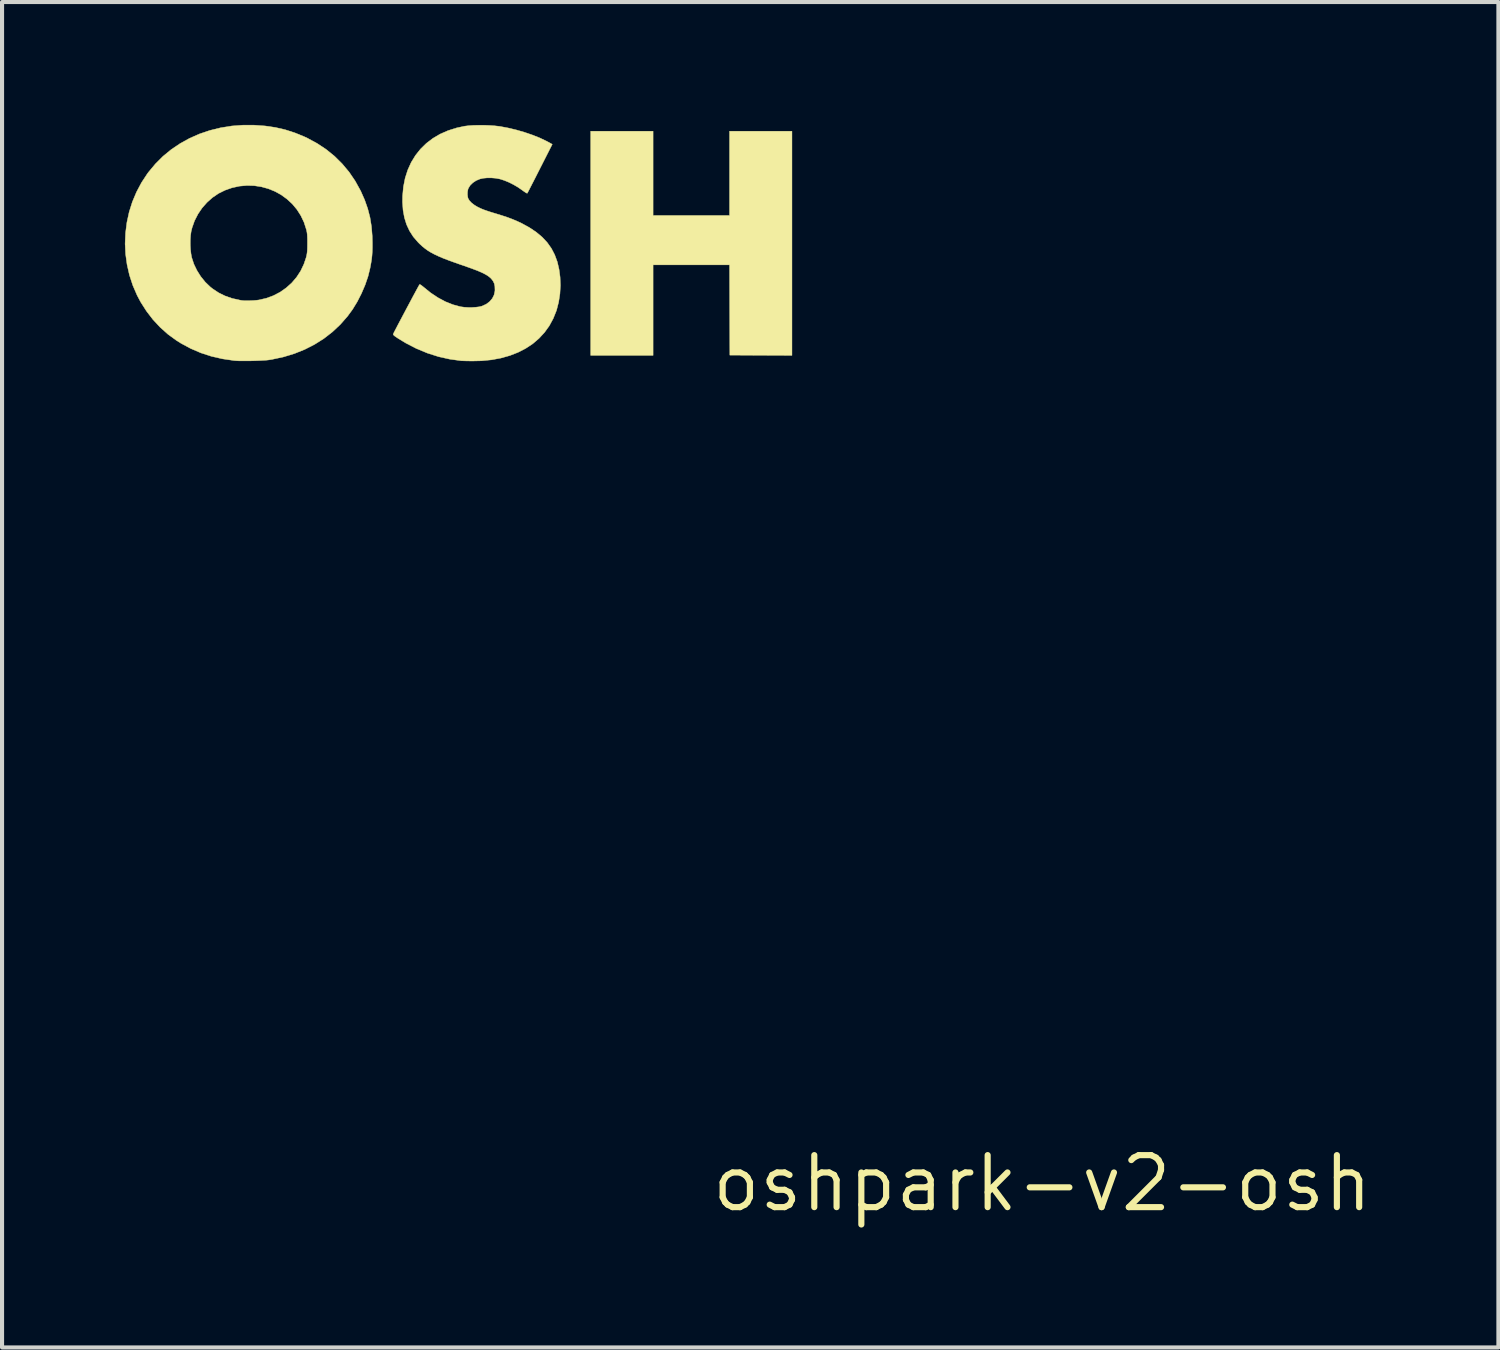
<source format=kicad_pcb>
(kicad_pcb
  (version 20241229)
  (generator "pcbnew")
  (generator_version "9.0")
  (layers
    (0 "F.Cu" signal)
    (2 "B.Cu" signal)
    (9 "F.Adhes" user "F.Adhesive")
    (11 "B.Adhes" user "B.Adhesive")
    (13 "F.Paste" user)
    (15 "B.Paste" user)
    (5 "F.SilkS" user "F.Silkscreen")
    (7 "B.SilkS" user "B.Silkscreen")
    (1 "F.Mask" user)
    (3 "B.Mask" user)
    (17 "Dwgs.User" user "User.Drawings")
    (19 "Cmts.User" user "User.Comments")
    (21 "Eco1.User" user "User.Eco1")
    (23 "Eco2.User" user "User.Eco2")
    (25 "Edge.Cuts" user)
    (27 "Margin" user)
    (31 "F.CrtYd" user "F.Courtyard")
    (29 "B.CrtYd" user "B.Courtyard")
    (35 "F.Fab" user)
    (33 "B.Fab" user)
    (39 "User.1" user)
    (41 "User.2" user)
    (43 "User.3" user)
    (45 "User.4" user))
  (footprint "oshpark-v2-osh"
    (layer "F.Cu")
    (at 22.397 25.846)
    (property "Reference" "oshpark-v2-osh" (at 0 0 0) (layer "F.SilkS") (effects (font (size 1.27 1.27) (thickness 0.15))))
    (attr through_hole)
    (fp_poly (pts (xy -9.5 -23.635) (xy -7.633 -23.635) (xy -7.633 -25.692) (xy -6.109 -25.692) (xy -6.109 -20.218) (xy -6.868 -20.221) (xy -7.626 -20.225) (xy -7.63 -21.326) (xy -7.633 -22.428) (xy -9.5 -22.428) (xy -9.5 -20.218) (xy -11.024 -20.218) (xy -11.024 -25.692) (xy -9.5 -25.692) (xy -9.5 -23.635)) (stroke (width 0.01) (type solid)) (fill yes) (layer "F.SilkS"))
    (fp_poly (pts (xy -19.242 -25.84) (xy -18.975 -25.821) (xy -18.722 -25.784) (xy -18.48 -25.728) (xy -18.245 -25.652) (xy -18.011 -25.556) (xy -17.939 -25.522) (xy -17.7 -25.392) (xy -17.479 -25.245) (xy -17.275 -25.079) (xy -17.09 -24.895) (xy -16.922 -24.694) (xy -16.774 -24.476) (xy -16.644 -24.241) (xy -16.636 -24.225) (xy -16.542 -24.012) (xy -16.468 -23.801) (xy -16.413 -23.588) (xy -16.377 -23.367) (xy -16.358 -23.134) (xy -16.354 -22.968) (xy -16.354 -22.85) (xy -16.357 -22.75) (xy -16.363 -22.66) (xy -16.372 -22.573) (xy -16.386 -22.483) (xy -16.405 -22.38) (xy -16.41 -22.352) (xy -16.46 -22.148) (xy -16.531 -21.94) (xy -16.62 -21.732) (xy -16.723 -21.53) (xy -16.839 -21.34) (xy -16.963 -21.171) (xy -17.139 -20.971) (xy -17.332 -20.79) (xy -17.541 -20.628) (xy -17.766 -20.486) (xy -18.005 -20.364) (xy -18.258 -20.262) (xy -18.523 -20.181) (xy -18.802 -20.121) (xy -18.875 -20.109) (xy -18.934 -20.102) (xy -19.014 -20.097) (xy -19.108 -20.092) (xy -19.212 -20.088) (xy -19.321 -20.085) (xy -19.428 -20.084) (xy -19.53 -20.084) (xy -19.62 -20.085) (xy -19.693 -20.089) (xy -19.729 -20.092) (xy -20.015 -20.134) (xy -20.286 -20.196) (xy -20.544 -20.28) (xy -20.791 -20.386) (xy -21.027 -20.513) (xy -21.14 -20.584) (xy -21.346 -20.734) (xy -21.537 -20.905) (xy -21.713 -21.094) (xy -21.871 -21.3) (xy -22.012 -21.521) (xy -22.099 -21.685) (xy -22.204 -21.928) (xy -22.286 -22.178) (xy -22.344 -22.433) (xy -22.38 -22.691) (xy -22.391 -22.924) (xy -20.801 -22.924) (xy -20.795 -22.808) (xy -20.783 -22.7) (xy -20.766 -22.607) (xy -20.765 -22.606) (xy -20.713 -22.447) (xy -20.638 -22.292) (xy -20.545 -22.144) (xy -20.435 -22.008) (xy -20.312 -21.89) (xy -20.258 -21.847) (xy -20.109 -21.748) (xy -19.951 -21.67) (xy -19.779 -21.61) (xy -19.591 -21.568) (xy -19.545 -21.56) (xy -19.493 -21.555) (xy -19.423 -21.554) (xy -19.344 -21.555) (xy -19.264 -21.558) (xy -19.189 -21.564) (xy -19.132 -21.571) (xy -18.947 -21.613) (xy -18.772 -21.677) (xy -18.609 -21.762) (xy -18.459 -21.867) (xy -18.324 -21.988) (xy -18.206 -22.126) (xy -18.106 -22.279) (xy -18.027 -22.445) (xy -17.973 -22.604) (xy -17.961 -22.652) (xy -17.953 -22.694) (xy -17.947 -22.737) (xy -17.943 -22.787) (xy -17.941 -22.848) (xy -17.94 -22.928) (xy -17.94 -22.955) (xy -17.94 -23.044) (xy -17.942 -23.112) (xy -17.945 -23.167) (xy -17.95 -23.212) (xy -17.958 -23.255) (xy -17.967 -23.292) (xy -18.024 -23.469) (xy -18.102 -23.632) (xy -18.198 -23.782) (xy -18.311 -23.917) (xy -18.439 -24.035) (xy -18.58 -24.138) (xy -18.732 -24.222) (xy -18.894 -24.288) (xy -19.064 -24.335) (xy -19.239 -24.362) (xy -19.418 -24.367) (xy -19.6 -24.351) (xy -19.782 -24.311) (xy -19.948 -24.253) (xy -20.109 -24.174) (xy -20.258 -24.073) (xy -20.392 -23.954) (xy -20.512 -23.818) (xy -20.613 -23.669) (xy -20.696 -23.507) (xy -20.757 -23.335) (xy -20.78 -23.241) (xy -20.793 -23.149) (xy -20.8 -23.041) (xy -20.801 -22.924) (xy -22.391 -22.924) (xy -22.392 -22.951) (xy -22.381 -23.21) (xy -22.348 -23.467) (xy -22.293 -23.72) (xy -22.215 -23.967) (xy -22.114 -24.207) (xy -21.992 -24.437) (xy -21.848 -24.656) (xy -21.821 -24.692) (xy -21.653 -24.894) (xy -21.468 -25.079) (xy -21.266 -25.245) (xy -21.05 -25.391) (xy -20.82 -25.518) (xy -20.578 -25.625) (xy -20.324 -25.711) (xy -20.06 -25.776) (xy -19.787 -25.82) (xy -19.506 -25.841) (xy -19.242 -25.84)) (stroke (width 0.01) (type solid)) (fill yes) (layer "F.SilkS"))
    (fp_poly (pts (xy -13.627 -25.838) (xy -13.494 -25.833) (xy -13.367 -25.824) (xy -13.254 -25.811) (xy -13.24 -25.809) (xy -13.042 -25.772) (xy -12.84 -25.724) (xy -12.64 -25.666) (xy -12.447 -25.6) (xy -12.266 -25.528) (xy -12.103 -25.45) (xy -12.046 -25.42) (xy -11.962 -25.373) (xy -12.263 -24.78) (xy -12.321 -24.666) (xy -12.375 -24.559) (xy -12.425 -24.461) (xy -12.47 -24.374) (xy -12.508 -24.3) (xy -12.538 -24.241) (xy -12.56 -24.2) (xy -12.572 -24.179) (xy -12.573 -24.177) (xy -12.586 -24.18) (xy -12.615 -24.196) (xy -12.655 -24.223) (xy -12.702 -24.257) (xy -12.797 -24.323) (xy -12.906 -24.387) (xy -13.019 -24.444) (xy -13.131 -24.49) (xy -13.232 -24.523) (xy -13.24 -24.525) (xy -13.339 -24.544) (xy -13.446 -24.553) (xy -13.552 -24.553) (xy -13.649 -24.544) (xy -13.728 -24.526) (xy -13.821 -24.487) (xy -13.901 -24.434) (xy -13.965 -24.372) (xy -14.008 -24.303) (xy -14.021 -24.269) (xy -14.031 -24.211) (xy -14.033 -24.146) (xy -14.026 -24.085) (xy -14.015 -24.047) (xy -13.983 -23.995) (xy -13.931 -23.941) (xy -13.863 -23.889) (xy -13.785 -23.842) (xy -13.783 -23.842) (xy -13.735 -23.818) (xy -13.689 -23.797) (xy -13.64 -23.777) (xy -13.584 -23.757) (xy -13.517 -23.734) (xy -13.434 -23.708) (xy -13.335 -23.678) (xy -13.177 -23.629) (xy -13.04 -23.583) (xy -12.917 -23.536) (xy -12.805 -23.488) (xy -12.709 -23.443) (xy -12.518 -23.338) (xy -12.351 -23.226) (xy -12.207 -23.105) (xy -12.084 -22.973) (xy -11.983 -22.83) (xy -11.902 -22.674) (xy -11.839 -22.503) (xy -11.796 -22.318) (xy -11.771 -22.13) (xy -11.763 -21.928) (xy -11.775 -21.722) (xy -11.806 -21.521) (xy -11.855 -21.33) (xy -11.862 -21.308) (xy -11.939 -21.117) (xy -12.035 -20.94) (xy -12.152 -20.778) (xy -12.287 -20.632) (xy -12.439 -20.502) (xy -12.61 -20.389) (xy -12.796 -20.293) (xy -12.998 -20.214) (xy -13.215 -20.153) (xy -13.446 -20.11) (xy -13.691 -20.086) (xy -13.913 -20.081) (xy -13.988 -20.082) (xy -14.059 -20.083) (xy -14.119 -20.085) (xy -14.162 -20.086) (xy -14.18 -20.087) (xy -14.46 -20.125) (xy -14.738 -20.187) (xy -15.011 -20.274) (xy -15.279 -20.385) (xy -15.542 -20.521) (xy -15.727 -20.634) (xy -15.784 -20.672) (xy -15.821 -20.699) (xy -15.841 -20.72) (xy -15.847 -20.734) (xy -15.846 -20.737) (xy -15.839 -20.752) (xy -15.822 -20.788) (xy -15.795 -20.84) (xy -15.76 -20.907) (xy -15.719 -20.986) (xy -15.672 -21.074) (xy -15.622 -21.169) (xy -15.569 -21.269) (xy -15.515 -21.371) (xy -15.461 -21.472) (xy -15.409 -21.57) (xy -15.36 -21.662) (xy -15.315 -21.745) (xy -15.276 -21.818) (xy -15.243 -21.878) (xy -15.219 -21.921) (xy -15.205 -21.946) (xy -15.202 -21.95) (xy -15.188 -21.948) (xy -15.16 -21.93) (xy -15.121 -21.9) (xy -15.104 -21.886) (xy -14.93 -21.745) (xy -14.752 -21.627) (xy -14.571 -21.53) (xy -14.388 -21.457) (xy -14.207 -21.408) (xy -14.189 -21.405) (xy -14.107 -21.394) (xy -14.015 -21.389) (xy -13.919 -21.389) (xy -13.826 -21.395) (xy -13.744 -21.405) (xy -13.68 -21.421) (xy -13.675 -21.423) (xy -13.573 -21.47) (xy -13.49 -21.533) (xy -13.426 -21.608) (xy -13.383 -21.694) (xy -13.362 -21.79) (xy -13.361 -21.825) (xy -13.364 -21.905) (xy -13.377 -21.969) (xy -13.402 -22.024) (xy -13.428 -22.062) (xy -13.459 -22.099) (xy -13.498 -22.133) (xy -13.545 -22.168) (xy -13.604 -22.202) (xy -13.675 -22.238) (xy -13.762 -22.276) (xy -13.867 -22.317) (xy -13.991 -22.362) (xy -14.136 -22.414) (xy -14.18 -22.428) (xy -14.35 -22.488) (xy -14.499 -22.542) (xy -14.629 -22.592) (xy -14.741 -22.64) (xy -14.839 -22.686) (xy -14.925 -22.732) (xy -15.002 -22.779) (xy -15.072 -22.83) (xy -15.138 -22.884) (xy -15.202 -22.943) (xy -15.241 -22.983) (xy -15.355 -23.115) (xy -15.447 -23.258) (xy -15.52 -23.414) (xy -15.572 -23.582) (xy -15.605 -23.764) (xy -15.619 -23.962) (xy -15.617 -24.111) (xy -15.596 -24.336) (xy -15.554 -24.548) (xy -15.49 -24.747) (xy -15.406 -24.932) (xy -15.302 -25.102) (xy -15.179 -25.257) (xy -15.037 -25.396) (xy -14.877 -25.518) (xy -14.701 -25.622) (xy -14.507 -25.707) (xy -14.298 -25.773) (xy -14.103 -25.815) (xy -14.006 -25.827) (xy -13.89 -25.835) (xy -13.761 -25.838) (xy -13.627 -25.838)) (stroke (width 0.01) (type solid)) (fill yes) (layer "F.SilkS")))
  (gr_rect
    (start -3 -3)
    (end 33.538 29.852)
    (stroke (width 0.1) (type default))
    (fill no)
    (layer "Edge.Cuts")))
</source>
